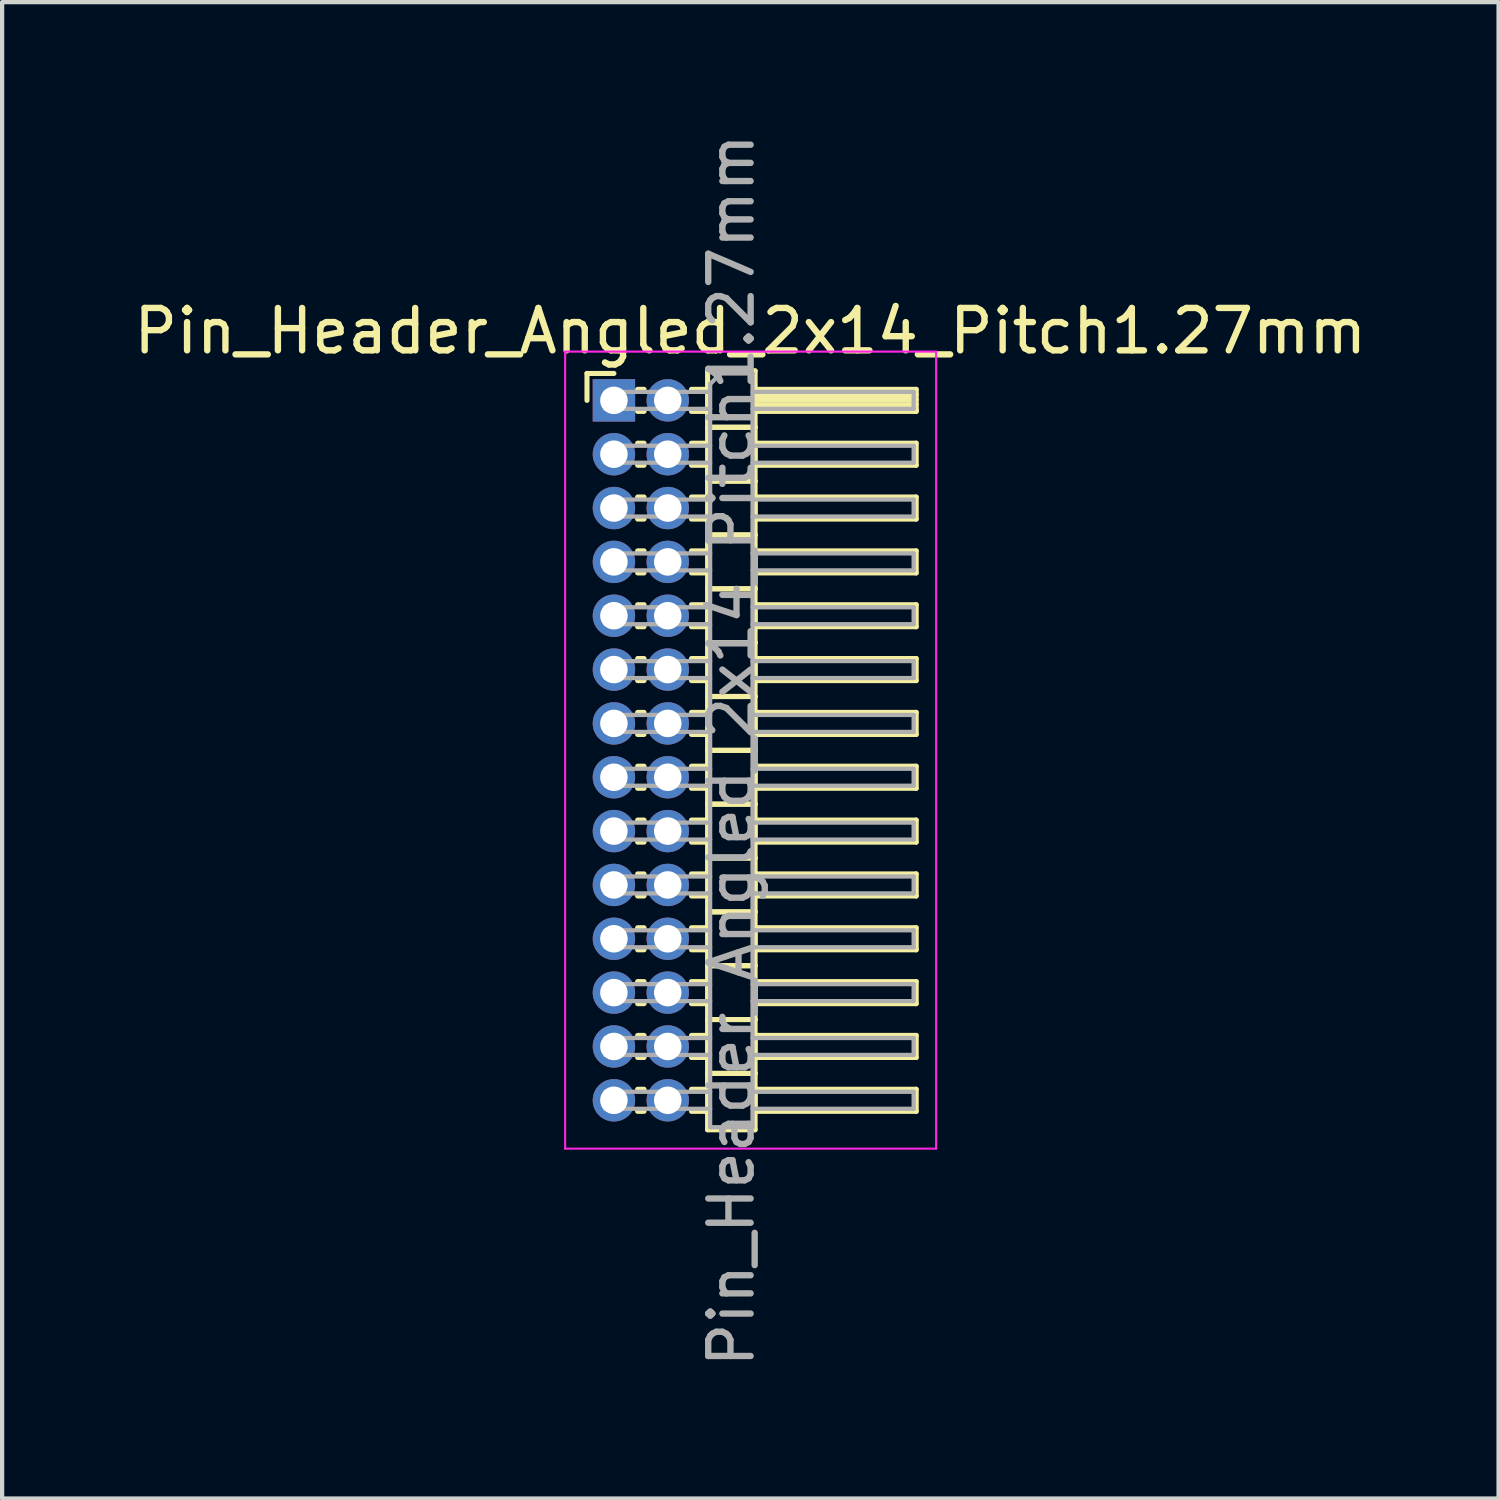
<source format=kicad_pcb>
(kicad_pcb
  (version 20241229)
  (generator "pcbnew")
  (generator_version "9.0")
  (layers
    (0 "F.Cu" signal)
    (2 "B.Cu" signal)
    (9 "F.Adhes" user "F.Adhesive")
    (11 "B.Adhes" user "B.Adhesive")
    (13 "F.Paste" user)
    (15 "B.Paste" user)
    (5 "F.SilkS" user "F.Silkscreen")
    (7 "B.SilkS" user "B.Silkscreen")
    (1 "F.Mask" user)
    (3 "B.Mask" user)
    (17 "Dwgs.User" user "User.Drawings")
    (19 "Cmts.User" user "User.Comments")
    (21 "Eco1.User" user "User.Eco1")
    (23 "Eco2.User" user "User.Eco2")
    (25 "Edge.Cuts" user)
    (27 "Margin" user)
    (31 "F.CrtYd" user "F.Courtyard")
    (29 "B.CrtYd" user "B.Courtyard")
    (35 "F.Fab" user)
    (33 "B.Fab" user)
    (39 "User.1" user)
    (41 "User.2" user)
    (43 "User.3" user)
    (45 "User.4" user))
  (footprint "Pin_Header_Angled_2x14_Pitch1.27mm"
    (layer "F.Cu")
    (at 11.431 6.394)
    (property "Reference" "Pin_Header_Angled_2x14_Pitch1.27mm" (at 3.217 -1.635 0) (layer "F.SilkS") (effects (font (size 1 1) (thickness 0.15))))
    (attr through_hole)
    (fp_line (start -0.635 -0.635) (end 0 -0.635) (stroke (width 0.12) (type solid)) (layer "F.SilkS"))
    (fp_line (start -0.635 0) (end -0.635 -0.635) (stroke (width 0.12) (type solid)) (layer "F.SilkS"))
    (fp_line (start 0.56 -0.26) (end 0.71 -0.26) (stroke (width 0.12) (type solid)) (layer "F.SilkS"))
    (fp_line (start 0.56 0.26) (end 0.71 0.26) (stroke (width 0.12) (type solid)) (layer "F.SilkS"))
    (fp_line (start 0.56 1.01) (end 0.71 1.01) (stroke (width 0.12) (type solid)) (layer "F.SilkS"))
    (fp_line (start 0.56 1.53) (end 0.71 1.53) (stroke (width 0.12) (type solid)) (layer "F.SilkS"))
    (fp_line (start 0.56 2.28) (end 0.71 2.28) (stroke (width 0.12) (type solid)) (layer "F.SilkS"))
    (fp_line (start 0.56 2.8) (end 0.71 2.8) (stroke (width 0.12) (type solid)) (layer "F.SilkS"))
    (fp_line (start 0.56 3.55) (end 0.71 3.55) (stroke (width 0.12) (type solid)) (layer "F.SilkS"))
    (fp_line (start 0.56 4.07) (end 0.71 4.07) (stroke (width 0.12) (type solid)) (layer "F.SilkS"))
    (fp_line (start 0.56 4.82) (end 0.71 4.82) (stroke (width 0.12) (type solid)) (layer "F.SilkS"))
    (fp_line (start 0.56 5.34) (end 0.71 5.34) (stroke (width 0.12) (type solid)) (layer "F.SilkS"))
    (fp_line (start 0.56 6.09) (end 0.71 6.09) (stroke (width 0.12) (type solid)) (layer "F.SilkS"))
    (fp_line (start 0.56 6.61) (end 0.71 6.61) (stroke (width 0.12) (type solid)) (layer "F.SilkS"))
    (fp_line (start 0.56 7.36) (end 0.71 7.36) (stroke (width 0.12) (type solid)) (layer "F.SilkS"))
    (fp_line (start 0.56 7.88) (end 0.71 7.88) (stroke (width 0.12) (type solid)) (layer "F.SilkS"))
    (fp_line (start 0.56 8.63) (end 0.71 8.63) (stroke (width 0.12) (type solid)) (layer "F.SilkS"))
    (fp_line (start 0.56 9.15) (end 0.71 9.15) (stroke (width 0.12) (type solid)) (layer "F.SilkS"))
    (fp_line (start 0.56 9.9) (end 0.71 9.9) (stroke (width 0.12) (type solid)) (layer "F.SilkS"))
    (fp_line (start 0.56 10.42) (end 0.71 10.42) (stroke (width 0.12) (type solid)) (layer "F.SilkS"))
    (fp_line (start 0.56 11.17) (end 0.71 11.17) (stroke (width 0.12) (type solid)) (layer "F.SilkS"))
    (fp_line (start 0.56 11.69) (end 0.71 11.69) (stroke (width 0.12) (type solid)) (layer "F.SilkS"))
    (fp_line (start 0.56 12.44) (end 0.71 12.44) (stroke (width 0.12) (type solid)) (layer "F.SilkS"))
    (fp_line (start 0.56 12.96) (end 0.71 12.96) (stroke (width 0.12) (type solid)) (layer "F.SilkS"))
    (fp_line (start 0.56 13.71) (end 0.71 13.71) (stroke (width 0.12) (type solid)) (layer "F.SilkS"))
    (fp_line (start 0.56 14.23) (end 0.71 14.23) (stroke (width 0.12) (type solid)) (layer "F.SilkS"))
    (fp_line (start 0.56 14.98) (end 0.71 14.98) (stroke (width 0.12) (type solid)) (layer "F.SilkS"))
    (fp_line (start 0.56 15.5) (end 0.71 15.5) (stroke (width 0.12) (type solid)) (layer "F.SilkS"))
    (fp_line (start 0.56 16.25) (end 0.71 16.25) (stroke (width 0.12) (type solid)) (layer "F.SilkS"))
    (fp_line (start 0.56 16.77) (end 0.71 16.77) (stroke (width 0.12) (type solid)) (layer "F.SilkS"))
    (fp_line (start 1.83 -0.26) (end 2.21 -0.26) (stroke (width 0.12) (type solid)) (layer "F.SilkS"))
    (fp_line (start 1.83 0.26) (end 2.21 0.26) (stroke (width 0.12) (type solid)) (layer "F.SilkS"))
    (fp_line (start 1.83 1.01) (end 2.21 1.01) (stroke (width 0.12) (type solid)) (layer "F.SilkS"))
    (fp_line (start 1.83 1.53) (end 2.21 1.53) (stroke (width 0.12) (type solid)) (layer "F.SilkS"))
    (fp_line (start 1.83 2.28) (end 2.21 2.28) (stroke (width 0.12) (type solid)) (layer "F.SilkS"))
    (fp_line (start 1.83 2.8) (end 2.21 2.8) (stroke (width 0.12) (type solid)) (layer "F.SilkS"))
    (fp_line (start 1.83 3.55) (end 2.21 3.55) (stroke (width 0.12) (type solid)) (layer "F.SilkS"))
    (fp_line (start 1.83 4.07) (end 2.21 4.07) (stroke (width 0.12) (type solid)) (layer "F.SilkS"))
    (fp_line (start 1.83 4.82) (end 2.21 4.82) (stroke (width 0.12) (type solid)) (layer "F.SilkS"))
    (fp_line (start 1.83 5.34) (end 2.21 5.34) (stroke (width 0.12) (type solid)) (layer "F.SilkS"))
    (fp_line (start 1.83 6.09) (end 2.21 6.09) (stroke (width 0.12) (type solid)) (layer "F.SilkS"))
    (fp_line (start 1.83 6.61) (end 2.21 6.61) (stroke (width 0.12) (type solid)) (layer "F.SilkS"))
    (fp_line (start 1.83 7.36) (end 2.21 7.36) (stroke (width 0.12) (type solid)) (layer "F.SilkS"))
    (fp_line (start 1.83 7.88) (end 2.21 7.88) (stroke (width 0.12) (type solid)) (layer "F.SilkS"))
    (fp_line (start 1.83 8.63) (end 2.21 8.63) (stroke (width 0.12) (type solid)) (layer "F.SilkS"))
    (fp_line (start 1.83 9.15) (end 2.21 9.15) (stroke (width 0.12) (type solid)) (layer "F.SilkS"))
    (fp_line (start 1.83 9.9) (end 2.21 9.9) (stroke (width 0.12) (type solid)) (layer "F.SilkS"))
    (fp_line (start 1.83 10.42) (end 2.21 10.42) (stroke (width 0.12) (type solid)) (layer "F.SilkS"))
    (fp_line (start 1.83 11.17) (end 2.21 11.17) (stroke (width 0.12) (type solid)) (layer "F.SilkS"))
    (fp_line (start 1.83 11.69) (end 2.21 11.69) (stroke (width 0.12) (type solid)) (layer "F.SilkS"))
    (fp_line (start 1.83 12.44) (end 2.21 12.44) (stroke (width 0.12) (type solid)) (layer "F.SilkS"))
    (fp_line (start 1.83 12.96) (end 2.21 12.96) (stroke (width 0.12) (type solid)) (layer "F.SilkS"))
    (fp_line (start 1.83 13.71) (end 2.21 13.71) (stroke (width 0.12) (type solid)) (layer "F.SilkS"))
    (fp_line (start 1.83 14.23) (end 2.21 14.23) (stroke (width 0.12) (type solid)) (layer "F.SilkS"))
    (fp_line (start 1.83 14.98) (end 2.21 14.98) (stroke (width 0.12) (type solid)) (layer "F.SilkS"))
    (fp_line (start 1.83 15.5) (end 2.21 15.5) (stroke (width 0.12) (type solid)) (layer "F.SilkS"))
    (fp_line (start 1.83 16.25) (end 2.21 16.25) (stroke (width 0.12) (type solid)) (layer "F.SilkS"))
    (fp_line (start 1.83 16.77) (end 2.21 16.77) (stroke (width 0.12) (type solid)) (layer "F.SilkS"))
    (fp_line (start 2.21 -0.695) (end 2.21 0.635) (stroke (width 0.12) (type solid)) (layer "F.SilkS"))
    (fp_line (start 2.21 0.635) (end 2.21 1.905) (stroke (width 0.12) (type solid)) (layer "F.SilkS"))
    (fp_line (start 2.21 0.635) (end 3.33 0.635) (stroke (width 0.12) (type solid)) (layer "F.SilkS"))
    (fp_line (start 2.21 1.905) (end 2.21 3.175) (stroke (width 0.12) (type solid)) (layer "F.SilkS"))
    (fp_line (start 2.21 1.905) (end 3.33 1.905) (stroke (width 0.12) (type solid)) (layer "F.SilkS"))
    (fp_line (start 2.21 3.175) (end 2.21 4.445) (stroke (width 0.12) (type solid)) (layer "F.SilkS"))
    (fp_line (start 2.21 3.175) (end 3.33 3.175) (stroke (width 0.12) (type solid)) (layer "F.SilkS"))
    (fp_line (start 2.21 4.445) (end 2.21 5.715) (stroke (width 0.12) (type solid)) (layer "F.SilkS"))
    (fp_line (start 2.21 4.445) (end 3.33 4.445) (stroke (width 0.12) (type solid)) (layer "F.SilkS"))
    (fp_line (start 2.21 5.715) (end 2.21 6.985) (stroke (width 0.12) (type solid)) (layer "F.SilkS"))
    (fp_line (start 2.21 5.715) (end 3.33 5.715) (stroke (width 0.12) (type solid)) (layer "F.SilkS"))
    (fp_line (start 2.21 6.985) (end 2.21 8.255) (stroke (width 0.12) (type solid)) (layer "F.SilkS"))
    (fp_line (start 2.21 6.985) (end 3.33 6.985) (stroke (width 0.12) (type solid)) (layer "F.SilkS"))
    (fp_line (start 2.21 8.255) (end 2.21 9.525) (stroke (width 0.12) (type solid)) (layer "F.SilkS"))
    (fp_line (start 2.21 8.255) (end 3.33 8.255) (stroke (width 0.12) (type solid)) (layer "F.SilkS"))
    (fp_line (start 2.21 9.525) (end 2.21 10.795) (stroke (width 0.12) (type solid)) (layer "F.SilkS"))
    (fp_line (start 2.21 9.525) (end 3.33 9.525) (stroke (width 0.12) (type solid)) (layer "F.SilkS"))
    (fp_line (start 2.21 10.795) (end 2.21 12.065) (stroke (width 0.12) (type solid)) (layer "F.SilkS"))
    (fp_line (start 2.21 10.795) (end 3.33 10.795) (stroke (width 0.12) (type solid)) (layer "F.SilkS"))
    (fp_line (start 2.21 12.065) (end 2.21 13.335) (stroke (width 0.12) (type solid)) (layer "F.SilkS"))
    (fp_line (start 2.21 12.065) (end 3.33 12.065) (stroke (width 0.12) (type solid)) (layer "F.SilkS"))
    (fp_line (start 2.21 13.335) (end 2.21 14.605) (stroke (width 0.12) (type solid)) (layer "F.SilkS"))
    (fp_line (start 2.21 13.335) (end 3.33 13.335) (stroke (width 0.12) (type solid)) (layer "F.SilkS"))
    (fp_line (start 2.21 14.605) (end 2.21 15.875) (stroke (width 0.12) (type solid)) (layer "F.SilkS"))
    (fp_line (start 2.21 14.605) (end 3.33 14.605) (stroke (width 0.12) (type solid)) (layer "F.SilkS"))
    (fp_line (start 2.21 15.875) (end 2.21 17.205) (stroke (width 0.12) (type solid)) (layer "F.SilkS"))
    (fp_line (start 2.21 15.875) (end 3.33 15.875) (stroke (width 0.12) (type solid)) (layer "F.SilkS"))
    (fp_line (start 2.21 17.205) (end 3.33 17.205) (stroke (width 0.12) (type solid)) (layer "F.SilkS"))
    (fp_line (start 3.33 -0.695) (end 2.21 -0.695) (stroke (width 0.12) (type solid)) (layer "F.SilkS"))
    (fp_line (start 3.33 -0.26) (end 3.33 0.26) (stroke (width 0.12) (type solid)) (layer "F.SilkS"))
    (fp_line (start 3.33 -0.14) (end 7.13 -0.14) (stroke (width 0.12) (type solid)) (layer "F.SilkS"))
    (fp_line (start 3.33 -0.02) (end 7.13 -0.02) (stroke (width 0.12) (type solid)) (layer "F.SilkS"))
    (fp_line (start 3.33 0.1) (end 7.13 0.1) (stroke (width 0.12) (type solid)) (layer "F.SilkS"))
    (fp_line (start 3.33 0.22) (end 7.13 0.22) (stroke (width 0.12) (type solid)) (layer "F.SilkS"))
    (fp_line (start 3.33 0.26) (end 7.13 0.26) (stroke (width 0.12) (type solid)) (layer "F.SilkS"))
    (fp_line (start 3.33 0.635) (end 2.21 0.635) (stroke (width 0.12) (type solid)) (layer "F.SilkS"))
    (fp_line (start 3.33 0.635) (end 3.33 -0.695) (stroke (width 0.12) (type solid)) (layer "F.SilkS"))
    (fp_line (start 3.33 1.01) (end 3.33 1.53) (stroke (width 0.12) (type solid)) (layer "F.SilkS"))
    (fp_line (start 3.33 1.53) (end 7.13 1.53) (stroke (width 0.12) (type solid)) (layer "F.SilkS"))
    (fp_line (start 3.33 1.905) (end 2.21 1.905) (stroke (width 0.12) (type solid)) (layer "F.SilkS"))
    (fp_line (start 3.33 1.905) (end 3.33 0.635) (stroke (width 0.12) (type solid)) (layer "F.SilkS"))
    (fp_line (start 3.33 2.28) (end 3.33 2.8) (stroke (width 0.12) (type solid)) (layer "F.SilkS"))
    (fp_line (start 3.33 2.8) (end 7.13 2.8) (stroke (width 0.12) (type solid)) (layer "F.SilkS"))
    (fp_line (start 3.33 3.175) (end 2.21 3.175) (stroke (width 0.12) (type solid)) (layer "F.SilkS"))
    (fp_line (start 3.33 3.175) (end 3.33 1.905) (stroke (width 0.12) (type solid)) (layer "F.SilkS"))
    (fp_line (start 3.33 3.55) (end 3.33 4.07) (stroke (width 0.12) (type solid)) (layer "F.SilkS"))
    (fp_line (start 3.33 4.07) (end 7.13 4.07) (stroke (width 0.12) (type solid)) (layer "F.SilkS"))
    (fp_line (start 3.33 4.445) (end 2.21 4.445) (stroke (width 0.12) (type solid)) (layer "F.SilkS"))
    (fp_line (start 3.33 4.445) (end 3.33 3.175) (stroke (width 0.12) (type solid)) (layer "F.SilkS"))
    (fp_line (start 3.33 4.82) (end 3.33 5.34) (stroke (width 0.12) (type solid)) (layer "F.SilkS"))
    (fp_line (start 3.33 5.34) (end 7.13 5.34) (stroke (width 0.12) (type solid)) (layer "F.SilkS"))
    (fp_line (start 3.33 5.715) (end 2.21 5.715) (stroke (width 0.12) (type solid)) (layer "F.SilkS"))
    (fp_line (start 3.33 5.715) (end 3.33 4.445) (stroke (width 0.12) (type solid)) (layer "F.SilkS"))
    (fp_line (start 3.33 6.09) (end 3.33 6.61) (stroke (width 0.12) (type solid)) (layer "F.SilkS"))
    (fp_line (start 3.33 6.61) (end 7.13 6.61) (stroke (width 0.12) (type solid)) (layer "F.SilkS"))
    (fp_line (start 3.33 6.985) (end 2.21 6.985) (stroke (width 0.12) (type solid)) (layer "F.SilkS"))
    (fp_line (start 3.33 6.985) (end 3.33 5.715) (stroke (width 0.12) (type solid)) (layer "F.SilkS"))
    (fp_line (start 3.33 7.36) (end 3.33 7.88) (stroke (width 0.12) (type solid)) (layer "F.SilkS"))
    (fp_line (start 3.33 7.88) (end 7.13 7.88) (stroke (width 0.12) (type solid)) (layer "F.SilkS"))
    (fp_line (start 3.33 8.255) (end 2.21 8.255) (stroke (width 0.12) (type solid)) (layer "F.SilkS"))
    (fp_line (start 3.33 8.255) (end 3.33 6.985) (stroke (width 0.12) (type solid)) (layer "F.SilkS"))
    (fp_line (start 3.33 8.63) (end 3.33 9.15) (stroke (width 0.12) (type solid)) (layer "F.SilkS"))
    (fp_line (start 3.33 9.15) (end 7.13 9.15) (stroke (width 0.12) (type solid)) (layer "F.SilkS"))
    (fp_line (start 3.33 9.525) (end 2.21 9.525) (stroke (width 0.12) (type solid)) (layer "F.SilkS"))
    (fp_line (start 3.33 9.525) (end 3.33 8.255) (stroke (width 0.12) (type solid)) (layer "F.SilkS"))
    (fp_line (start 3.33 9.9) (end 3.33 10.42) (stroke (width 0.12) (type solid)) (layer "F.SilkS"))
    (fp_line (start 3.33 10.42) (end 7.13 10.42) (stroke (width 0.12) (type solid)) (layer "F.SilkS"))
    (fp_line (start 3.33 10.795) (end 2.21 10.795) (stroke (width 0.12) (type solid)) (layer "F.SilkS"))
    (fp_line (start 3.33 10.795) (end 3.33 9.525) (stroke (width 0.12) (type solid)) (layer "F.SilkS"))
    (fp_line (start 3.33 11.17) (end 3.33 11.69) (stroke (width 0.12) (type solid)) (layer "F.SilkS"))
    (fp_line (start 3.33 11.69) (end 7.13 11.69) (stroke (width 0.12) (type solid)) (layer "F.SilkS"))
    (fp_line (start 3.33 12.065) (end 2.21 12.065) (stroke (width 0.12) (type solid)) (layer "F.SilkS"))
    (fp_line (start 3.33 12.065) (end 3.33 10.795) (stroke (width 0.12) (type solid)) (layer "F.SilkS"))
    (fp_line (start 3.33 12.44) (end 3.33 12.96) (stroke (width 0.12) (type solid)) (layer "F.SilkS"))
    (fp_line (start 3.33 12.96) (end 7.13 12.96) (stroke (width 0.12) (type solid)) (layer "F.SilkS"))
    (fp_line (start 3.33 13.335) (end 2.21 13.335) (stroke (width 0.12) (type solid)) (layer "F.SilkS"))
    (fp_line (start 3.33 13.335) (end 3.33 12.065) (stroke (width 0.12) (type solid)) (layer "F.SilkS"))
    (fp_line (start 3.33 13.71) (end 3.33 14.23) (stroke (width 0.12) (type solid)) (layer "F.SilkS"))
    (fp_line (start 3.33 14.23) (end 7.13 14.23) (stroke (width 0.12) (type solid)) (layer "F.SilkS"))
    (fp_line (start 3.33 14.605) (end 2.21 14.605) (stroke (width 0.12) (type solid)) (layer "F.SilkS"))
    (fp_line (start 3.33 14.605) (end 3.33 13.335) (stroke (width 0.12) (type solid)) (layer "F.SilkS"))
    (fp_line (start 3.33 14.98) (end 3.33 15.5) (stroke (width 0.12) (type solid)) (layer "F.SilkS"))
    (fp_line (start 3.33 15.5) (end 7.13 15.5) (stroke (width 0.12) (type solid)) (layer "F.SilkS"))
    (fp_line (start 3.33 15.875) (end 2.21 15.875) (stroke (width 0.12) (type solid)) (layer "F.SilkS"))
    (fp_line (start 3.33 15.875) (end 3.33 14.605) (stroke (width 0.12) (type solid)) (layer "F.SilkS"))
    (fp_line (start 3.33 16.25) (end 3.33 16.77) (stroke (width 0.12) (type solid)) (layer "F.SilkS"))
    (fp_line (start 3.33 16.77) (end 7.13 16.77) (stroke (width 0.12) (type solid)) (layer "F.SilkS"))
    (fp_line (start 3.33 17.205) (end 3.33 15.875) (stroke (width 0.12) (type solid)) (layer "F.SilkS"))
    (fp_line (start 7.13 -0.26) (end 3.33 -0.26) (stroke (width 0.12) (type solid)) (layer "F.SilkS"))
    (fp_line (start 7.13 0.26) (end 7.13 -0.26) (stroke (width 0.12) (type solid)) (layer "F.SilkS"))
    (fp_line (start 7.13 1.01) (end 3.33 1.01) (stroke (width 0.12) (type solid)) (layer "F.SilkS"))
    (fp_line (start 7.13 1.53) (end 7.13 1.01) (stroke (width 0.12) (type solid)) (layer "F.SilkS"))
    (fp_line (start 7.13 2.28) (end 3.33 2.28) (stroke (width 0.12) (type solid)) (layer "F.SilkS"))
    (fp_line (start 7.13 2.8) (end 7.13 2.28) (stroke (width 0.12) (type solid)) (layer "F.SilkS"))
    (fp_line (start 7.13 3.55) (end 3.33 3.55) (stroke (width 0.12) (type solid)) (layer "F.SilkS"))
    (fp_line (start 7.13 4.07) (end 7.13 3.55) (stroke (width 0.12) (type solid)) (layer "F.SilkS"))
    (fp_line (start 7.13 4.82) (end 3.33 4.82) (stroke (width 0.12) (type solid)) (layer "F.SilkS"))
    (fp_line (start 7.13 5.34) (end 7.13 4.82) (stroke (width 0.12) (type solid)) (layer "F.SilkS"))
    (fp_line (start 7.13 6.09) (end 3.33 6.09) (stroke (width 0.12) (type solid)) (layer "F.SilkS"))
    (fp_line (start 7.13 6.61) (end 7.13 6.09) (stroke (width 0.12) (type solid)) (layer "F.SilkS"))
    (fp_line (start 7.13 7.36) (end 3.33 7.36) (stroke (width 0.12) (type solid)) (layer "F.SilkS"))
    (fp_line (start 7.13 7.88) (end 7.13 7.36) (stroke (width 0.12) (type solid)) (layer "F.SilkS"))
    (fp_line (start 7.13 8.63) (end 3.33 8.63) (stroke (width 0.12) (type solid)) (layer "F.SilkS"))
    (fp_line (start 7.13 9.15) (end 7.13 8.63) (stroke (width 0.12) (type solid)) (layer "F.SilkS"))
    (fp_line (start 7.13 9.9) (end 3.33 9.9) (stroke (width 0.12) (type solid)) (layer "F.SilkS"))
    (fp_line (start 7.13 10.42) (end 7.13 9.9) (stroke (width 0.12) (type solid)) (layer "F.SilkS"))
    (fp_line (start 7.13 11.17) (end 3.33 11.17) (stroke (width 0.12) (type solid)) (layer "F.SilkS"))
    (fp_line (start 7.13 11.69) (end 7.13 11.17) (stroke (width 0.12) (type solid)) (layer "F.SilkS"))
    (fp_line (start 7.13 12.44) (end 3.33 12.44) (stroke (width 0.12) (type solid)) (layer "F.SilkS"))
    (fp_line (start 7.13 12.96) (end 7.13 12.44) (stroke (width 0.12) (type solid)) (layer "F.SilkS"))
    (fp_line (start 7.13 13.71) (end 3.33 13.71) (stroke (width 0.12) (type solid)) (layer "F.SilkS"))
    (fp_line (start 7.13 14.23) (end 7.13 13.71) (stroke (width 0.12) (type solid)) (layer "F.SilkS"))
    (fp_line (start 7.13 14.98) (end 3.33 14.98) (stroke (width 0.12) (type solid)) (layer "F.SilkS"))
    (fp_line (start 7.13 15.5) (end 7.13 14.98) (stroke (width 0.12) (type solid)) (layer "F.SilkS"))
    (fp_line (start 7.13 16.25) (end 3.33 16.25) (stroke (width 0.12) (type solid)) (layer "F.SilkS"))
    (fp_line (start 7.13 16.77) (end 7.13 16.25) (stroke (width 0.12) (type solid)) (layer "F.SilkS"))
    (fp_line (start -1.15 -1.15) (end -1.15 17.65) (stroke (width 0.05) (type solid)) (layer "F.CrtYd"))
    (fp_line (start -1.15 17.65) (end 7.6 17.65) (stroke (width 0.05) (type solid)) (layer "F.CrtYd"))
    (fp_line (start 7.6 -1.15) (end -1.15 -1.15) (stroke (width 0.05) (type solid)) (layer "F.CrtYd"))
    (fp_line (start 7.6 17.65) (end 7.6 -1.15) (stroke (width 0.05) (type solid)) (layer "F.CrtYd"))
    (fp_line (start -0.2 -0.2) (end -0.2 0.2) (stroke (width 0.1) (type solid)) (layer "F.Fab"))
    (fp_line (start -0.2 -0.2) (end 2.27 -0.2) (stroke (width 0.1) (type solid)) (layer "F.Fab"))
    (fp_line (start -0.2 0.2) (end 2.27 0.2) (stroke (width 0.1) (type solid)) (layer "F.Fab"))
    (fp_line (start -0.2 1.07) (end -0.2 1.47) (stroke (width 0.1) (type solid)) (layer "F.Fab"))
    (fp_line (start -0.2 1.07) (end 2.27 1.07) (stroke (width 0.1) (type solid)) (layer "F.Fab"))
    (fp_line (start -0.2 1.47) (end 2.27 1.47) (stroke (width 0.1) (type solid)) (layer "F.Fab"))
    (fp_line (start -0.2 2.34) (end -0.2 2.74) (stroke (width 0.1) (type solid)) (layer "F.Fab"))
    (fp_line (start -0.2 2.34) (end 2.27 2.34) (stroke (width 0.1) (type solid)) (layer "F.Fab"))
    (fp_line (start -0.2 2.74) (end 2.27 2.74) (stroke (width 0.1) (type solid)) (layer "F.Fab"))
    (fp_line (start -0.2 3.61) (end -0.2 4.01) (stroke (width 0.1) (type solid)) (layer "F.Fab"))
    (fp_line (start -0.2 3.61) (end 2.27 3.61) (stroke (width 0.1) (type solid)) (layer "F.Fab"))
    (fp_line (start -0.2 4.01) (end 2.27 4.01) (stroke (width 0.1) (type solid)) (layer "F.Fab"))
    (fp_line (start -0.2 4.88) (end -0.2 5.28) (stroke (width 0.1) (type solid)) (layer "F.Fab"))
    (fp_line (start -0.2 4.88) (end 2.27 4.88) (stroke (width 0.1) (type solid)) (layer "F.Fab"))
    (fp_line (start -0.2 5.28) (end 2.27 5.28) (stroke (width 0.1) (type solid)) (layer "F.Fab"))
    (fp_line (start -0.2 6.15) (end -0.2 6.55) (stroke (width 0.1) (type solid)) (layer "F.Fab"))
    (fp_line (start -0.2 6.15) (end 2.27 6.15) (stroke (width 0.1) (type solid)) (layer "F.Fab"))
    (fp_line (start -0.2 6.55) (end 2.27 6.55) (stroke (width 0.1) (type solid)) (layer "F.Fab"))
    (fp_line (start -0.2 7.42) (end -0.2 7.82) (stroke (width 0.1) (type solid)) (layer "F.Fab"))
    (fp_line (start -0.2 7.42) (end 2.27 7.42) (stroke (width 0.1) (type solid)) (layer "F.Fab"))
    (fp_line (start -0.2 7.82) (end 2.27 7.82) (stroke (width 0.1) (type solid)) (layer "F.Fab"))
    (fp_line (start -0.2 8.69) (end -0.2 9.09) (stroke (width 0.1) (type solid)) (layer "F.Fab"))
    (fp_line (start -0.2 8.69) (end 2.27 8.69) (stroke (width 0.1) (type solid)) (layer "F.Fab"))
    (fp_line (start -0.2 9.09) (end 2.27 9.09) (stroke (width 0.1) (type solid)) (layer "F.Fab"))
    (fp_line (start -0.2 9.96) (end -0.2 10.36) (stroke (width 0.1) (type solid)) (layer "F.Fab"))
    (fp_line (start -0.2 9.96) (end 2.27 9.96) (stroke (width 0.1) (type solid)) (layer "F.Fab"))
    (fp_line (start -0.2 10.36) (end 2.27 10.36) (stroke (width 0.1) (type solid)) (layer "F.Fab"))
    (fp_line (start -0.2 11.23) (end -0.2 11.63) (stroke (width 0.1) (type solid)) (layer "F.Fab"))
    (fp_line (start -0.2 11.23) (end 2.27 11.23) (stroke (width 0.1) (type solid)) (layer "F.Fab"))
    (fp_line (start -0.2 11.63) (end 2.27 11.63) (stroke (width 0.1) (type solid)) (layer "F.Fab"))
    (fp_line (start -0.2 12.5) (end -0.2 12.9) (stroke (width 0.1) (type solid)) (layer "F.Fab"))
    (fp_line (start -0.2 12.5) (end 2.27 12.5) (stroke (width 0.1) (type solid)) (layer "F.Fab"))
    (fp_line (start -0.2 12.9) (end 2.27 12.9) (stroke (width 0.1) (type solid)) (layer "F.Fab"))
    (fp_line (start -0.2 13.77) (end -0.2 14.17) (stroke (width 0.1) (type solid)) (layer "F.Fab"))
    (fp_line (start -0.2 13.77) (end 2.27 13.77) (stroke (width 0.1) (type solid)) (layer "F.Fab"))
    (fp_line (start -0.2 14.17) (end 2.27 14.17) (stroke (width 0.1) (type solid)) (layer "F.Fab"))
    (fp_line (start -0.2 15.04) (end -0.2 15.44) (stroke (width 0.1) (type solid)) (layer "F.Fab"))
    (fp_line (start -0.2 15.04) (end 2.27 15.04) (stroke (width 0.1) (type solid)) (layer "F.Fab"))
    (fp_line (start -0.2 15.44) (end 2.27 15.44) (stroke (width 0.1) (type solid)) (layer "F.Fab"))
    (fp_line (start -0.2 16.31) (end -0.2 16.71) (stroke (width 0.1) (type solid)) (layer "F.Fab"))
    (fp_line (start -0.2 16.31) (end 2.27 16.31) (stroke (width 0.1) (type solid)) (layer "F.Fab"))
    (fp_line (start -0.2 16.71) (end 2.27 16.71) (stroke (width 0.1) (type solid)) (layer "F.Fab"))
    (fp_line (start 2.27 -0.385) (end 2.52 -0.635) (stroke (width 0.1) (type solid)) (layer "F.Fab"))
    (fp_line (start 2.27 17.145) (end 2.27 -0.385) (stroke (width 0.1) (type solid)) (layer "F.Fab"))
    (fp_line (start 2.52 -0.635) (end 3.27 -0.635) (stroke (width 0.1) (type solid)) (layer "F.Fab"))
    (fp_line (start 3.27 -0.635) (end 3.27 17.145) (stroke (width 0.1) (type solid)) (layer "F.Fab"))
    (fp_line (start 3.27 -0.2) (end 7.07 -0.2) (stroke (width 0.1) (type solid)) (layer "F.Fab"))
    (fp_line (start 3.27 0.2) (end 7.07 0.2) (stroke (width 0.1) (type solid)) (layer "F.Fab"))
    (fp_line (start 3.27 1.07) (end 7.07 1.07) (stroke (width 0.1) (type solid)) (layer "F.Fab"))
    (fp_line (start 3.27 1.47) (end 7.07 1.47) (stroke (width 0.1) (type solid)) (layer "F.Fab"))
    (fp_line (start 3.27 2.34) (end 7.07 2.34) (stroke (width 0.1) (type solid)) (layer "F.Fab"))
    (fp_line (start 3.27 2.74) (end 7.07 2.74) (stroke (width 0.1) (type solid)) (layer "F.Fab"))
    (fp_line (start 3.27 3.61) (end 7.07 3.61) (stroke (width 0.1) (type solid)) (layer "F.Fab"))
    (fp_line (start 3.27 4.01) (end 7.07 4.01) (stroke (width 0.1) (type solid)) (layer "F.Fab"))
    (fp_line (start 3.27 4.88) (end 7.07 4.88) (stroke (width 0.1) (type solid)) (layer "F.Fab"))
    (fp_line (start 3.27 5.28) (end 7.07 5.28) (stroke (width 0.1) (type solid)) (layer "F.Fab"))
    (fp_line (start 3.27 6.15) (end 7.07 6.15) (stroke (width 0.1) (type solid)) (layer "F.Fab"))
    (fp_line (start 3.27 6.55) (end 7.07 6.55) (stroke (width 0.1) (type solid)) (layer "F.Fab"))
    (fp_line (start 3.27 7.42) (end 7.07 7.42) (stroke (width 0.1) (type solid)) (layer "F.Fab"))
    (fp_line (start 3.27 7.82) (end 7.07 7.82) (stroke (width 0.1) (type solid)) (layer "F.Fab"))
    (fp_line (start 3.27 8.69) (end 7.07 8.69) (stroke (width 0.1) (type solid)) (layer "F.Fab"))
    (fp_line (start 3.27 9.09) (end 7.07 9.09) (stroke (width 0.1) (type solid)) (layer "F.Fab"))
    (fp_line (start 3.27 9.96) (end 7.07 9.96) (stroke (width 0.1) (type solid)) (layer "F.Fab"))
    (fp_line (start 3.27 10.36) (end 7.07 10.36) (stroke (width 0.1) (type solid)) (layer "F.Fab"))
    (fp_line (start 3.27 11.23) (end 7.07 11.23) (stroke (width 0.1) (type solid)) (layer "F.Fab"))
    (fp_line (start 3.27 11.63) (end 7.07 11.63) (stroke (width 0.1) (type solid)) (layer "F.Fab"))
    (fp_line (start 3.27 12.5) (end 7.07 12.5) (stroke (width 0.1) (type solid)) (layer "F.Fab"))
    (fp_line (start 3.27 12.9) (end 7.07 12.9) (stroke (width 0.1) (type solid)) (layer "F.Fab"))
    (fp_line (start 3.27 13.77) (end 7.07 13.77) (stroke (width 0.1) (type solid)) (layer "F.Fab"))
    (fp_line (start 3.27 14.17) (end 7.07 14.17) (stroke (width 0.1) (type solid)) (layer "F.Fab"))
    (fp_line (start 3.27 15.04) (end 7.07 15.04) (stroke (width 0.1) (type solid)) (layer "F.Fab"))
    (fp_line (start 3.27 15.44) (end 7.07 15.44) (stroke (width 0.1) (type solid)) (layer "F.Fab"))
    (fp_line (start 3.27 16.31) (end 7.07 16.31) (stroke (width 0.1) (type solid)) (layer "F.Fab"))
    (fp_line (start 3.27 16.71) (end 7.07 16.71) (stroke (width 0.1) (type solid)) (layer "F.Fab"))
    (fp_line (start 3.27 17.145) (end 2.27 17.145) (stroke (width 0.1) (type solid)) (layer "F.Fab"))
    (fp_line (start 7.07 -0.2) (end 7.07 0.2) (stroke (width 0.1) (type solid)) (layer "F.Fab"))
    (fp_line (start 7.07 1.07) (end 7.07 1.47) (stroke (width 0.1) (type solid)) (layer "F.Fab"))
    (fp_line (start 7.07 2.34) (end 7.07 2.74) (stroke (width 0.1) (type solid)) (layer "F.Fab"))
    (fp_line (start 7.07 3.61) (end 7.07 4.01) (stroke (width 0.1) (type solid)) (layer "F.Fab"))
    (fp_line (start 7.07 4.88) (end 7.07 5.28) (stroke (width 0.1) (type solid)) (layer "F.Fab"))
    (fp_line (start 7.07 6.15) (end 7.07 6.55) (stroke (width 0.1) (type solid)) (layer "F.Fab"))
    (fp_line (start 7.07 7.42) (end 7.07 7.82) (stroke (width 0.1) (type solid)) (layer "F.Fab"))
    (fp_line (start 7.07 8.69) (end 7.07 9.09) (stroke (width 0.1) (type solid)) (layer "F.Fab"))
    (fp_line (start 7.07 9.96) (end 7.07 10.36) (stroke (width 0.1) (type solid)) (layer "F.Fab"))
    (fp_line (start 7.07 11.23) (end 7.07 11.63) (stroke (width 0.1) (type solid)) (layer "F.Fab"))
    (fp_line (start 7.07 12.5) (end 7.07 12.9) (stroke (width 0.1) (type solid)) (layer "F.Fab"))
    (fp_line (start 7.07 13.77) (end 7.07 14.17) (stroke (width 0.1) (type solid)) (layer "F.Fab"))
    (fp_line (start 7.07 15.04) (end 7.07 15.44) (stroke (width 0.1) (type solid)) (layer "F.Fab"))
    (fp_line (start 7.07 16.31) (end 7.07 16.71) (stroke (width 0.1) (type solid)) (layer "F.Fab"))
    (fp_text user "${REFERENCE}" (at 2.77 8.255 90) (layer "F.Fab") (effects (font (size 1 1) (thickness 0.15))))
    (pad "1" thru_hole rect (at 0 0) (size 1 1) (drill 0.65) (layers "*.Cu" "*.Mask"))
    (pad "2" thru_hole oval (at 1.27 0) (size 1 1) (drill 0.65) (layers "*.Cu" "*.Mask"))
    (pad "3" thru_hole oval (at 0 1.27) (size 1 1) (drill 0.65) (layers "*.Cu" "*.Mask"))
    (pad "4" thru_hole oval (at 1.27 1.27) (size 1 1) (drill 0.65) (layers "*.Cu" "*.Mask"))
    (pad "5" thru_hole oval (at 0 2.54) (size 1 1) (drill 0.65) (layers "*.Cu" "*.Mask"))
    (pad "6" thru_hole oval (at 1.27 2.54) (size 1 1) (drill 0.65) (layers "*.Cu" "*.Mask"))
    (pad "7" thru_hole oval (at 0 3.81) (size 1 1) (drill 0.65) (layers "*.Cu" "*.Mask"))
    (pad "8" thru_hole oval (at 1.27 3.81) (size 1 1) (drill 0.65) (layers "*.Cu" "*.Mask"))
    (pad "9" thru_hole oval (at 0 5.08) (size 1 1) (drill 0.65) (layers "*.Cu" "*.Mask"))
    (pad "10" thru_hole oval (at 1.27 5.08) (size 1 1) (drill 0.65) (layers "*.Cu" "*.Mask"))
    (pad "11" thru_hole oval (at 0 6.35) (size 1 1) (drill 0.65) (layers "*.Cu" "*.Mask"))
    (pad "12" thru_hole oval (at 1.27 6.35) (size 1 1) (drill 0.65) (layers "*.Cu" "*.Mask"))
    (pad "13" thru_hole oval (at 0 7.62) (size 1 1) (drill 0.65) (layers "*.Cu" "*.Mask"))
    (pad "14" thru_hole oval (at 1.27 7.62) (size 1 1) (drill 0.65) (layers "*.Cu" "*.Mask"))
    (pad "15" thru_hole oval (at 0 8.89) (size 1 1) (drill 0.65) (layers "*.Cu" "*.Mask"))
    (pad "16" thru_hole oval (at 1.27 8.89) (size 1 1) (drill 0.65) (layers "*.Cu" "*.Mask"))
    (pad "17" thru_hole oval (at 0 10.16) (size 1 1) (drill 0.65) (layers "*.Cu" "*.Mask"))
    (pad "18" thru_hole oval (at 1.27 10.16) (size 1 1) (drill 0.65) (layers "*.Cu" "*.Mask"))
    (pad "19" thru_hole oval (at 0 11.43) (size 1 1) (drill 0.65) (layers "*.Cu" "*.Mask"))
    (pad "20" thru_hole oval (at 1.27 11.43) (size 1 1) (drill 0.65) (layers "*.Cu" "*.Mask"))
    (pad "21" thru_hole oval (at 0 12.7) (size 1 1) (drill 0.65) (layers "*.Cu" "*.Mask"))
    (pad "22" thru_hole oval (at 1.27 12.7) (size 1 1) (drill 0.65) (layers "*.Cu" "*.Mask"))
    (pad "23" thru_hole oval (at 0 13.97) (size 1 1) (drill 0.65) (layers "*.Cu" "*.Mask"))
    (pad "24" thru_hole oval (at 1.27 13.97) (size 1 1) (drill 0.65) (layers "*.Cu" "*.Mask"))
    (pad "25" thru_hole oval (at 0 15.24) (size 1 1) (drill 0.65) (layers "*.Cu" "*.Mask"))
    (pad "26" thru_hole oval (at 1.27 15.24) (size 1 1) (drill 0.65) (layers "*.Cu" "*.Mask"))
    (pad "27" thru_hole oval (at 0 16.51) (size 1 1) (drill 0.65) (layers "*.Cu" "*.Mask"))
    (pad "28" thru_hole oval (at 1.27 16.51) (size 1 1) (drill 0.65) (layers "*.Cu" "*.Mask")))
  (gr_rect
    (start -3 -3)
    (end 32.298 32.298)
    (stroke (width 0.1) (type default))
    (fill no)
    (layer "Edge.Cuts")))
</source>
